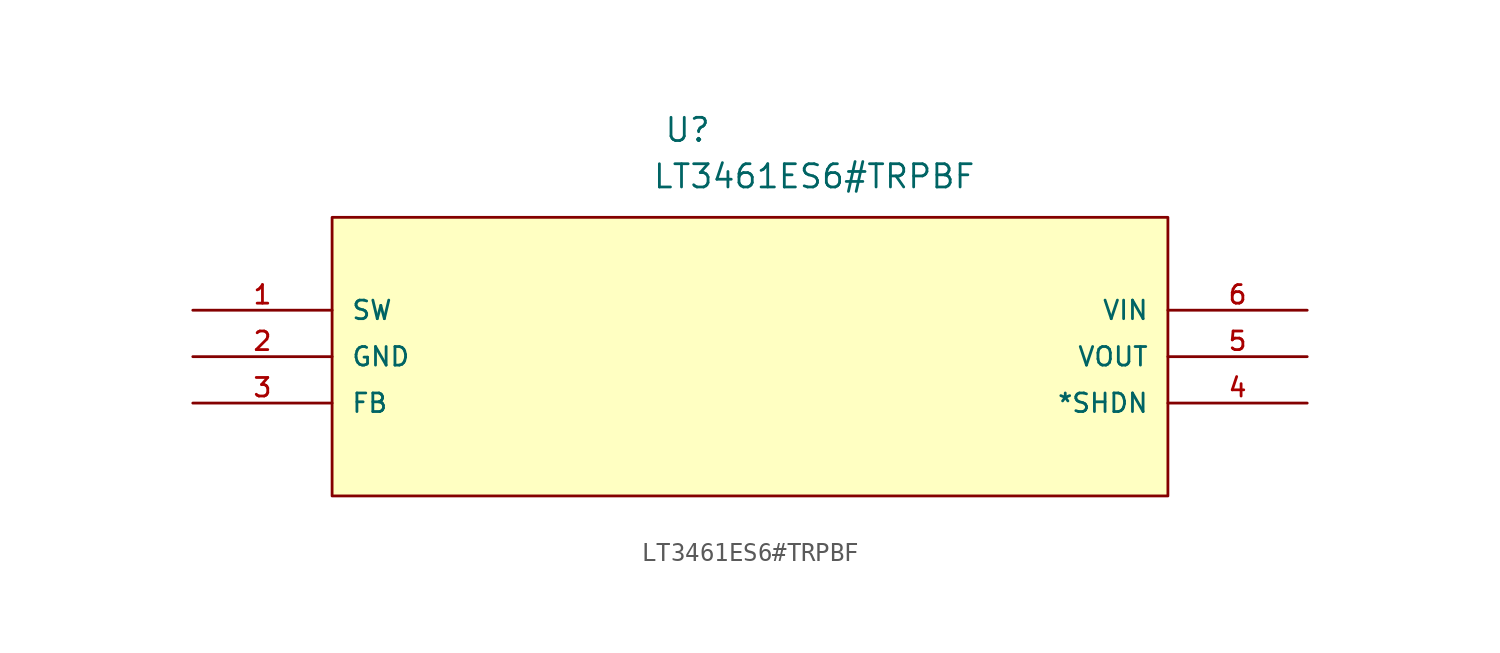
<source format=kicad_sym>
(kicad_symbol_lib
  (version 20211014)
  (generator kicad_symbol_editor)
  (symbol "LT3461ES6#TRPBF"
    (pin_names
      (offset 1.016))
    (property "Reference" "U"
      (at 25.756 9.119 0.0)
      (effects (font (size 1.27 1.27)) (justify bottom left)))
    (property "Value" "LT3461ES6#TRPBF"
      (at 25.121 6.579 0.0)
      (effects (font (size 1.27 1.27)) (justify bottom left)))
    (symbol "LT3461ES6#TRPBF_0_0"
      (rectangle (start 7.62 -10.16) (end 53.34 5.08) (stroke (width 0.152)) (fill (type background)))
      (pin passive line (at 0.0 0.0 0) (length 7.62) (name "SW" (effects (font (size 1.016 1.016)))) (number "1" (effects (font (size 1.016 1.016)))))
      (pin power_in line (at 0.0 -2.54 0) (length 7.62) (name "GND" (effects (font (size 1.016 1.016)))) (number "2" (effects (font (size 1.016 1.016)))))
      (pin passive line (at 0.0 -5.08 0) (length 7.62) (name "FB" (effects (font (size 1.016 1.016)))) (number "3" (effects (font (size 1.016 1.016)))))
      (pin passive line (at 60.96 -5.08 180.0) (length 7.62) (name "*SHDN" (effects (font (size 1.016 1.016)))) (number "4" (effects (font (size 1.016 1.016)))))
      (pin output line (at 60.96 -2.54 180.0) (length 7.62) (name "VOUT" (effects (font (size 1.016 1.016)))) (number "5" (effects (font (size 1.016 1.016)))))
      (pin input line (at 60.96 0.0 180.0) (length 7.62) (name "VIN" (effects (font (size 1.016 1.016)))) (number "6" (effects (font (size 1.016 1.016))))))))
</source>
